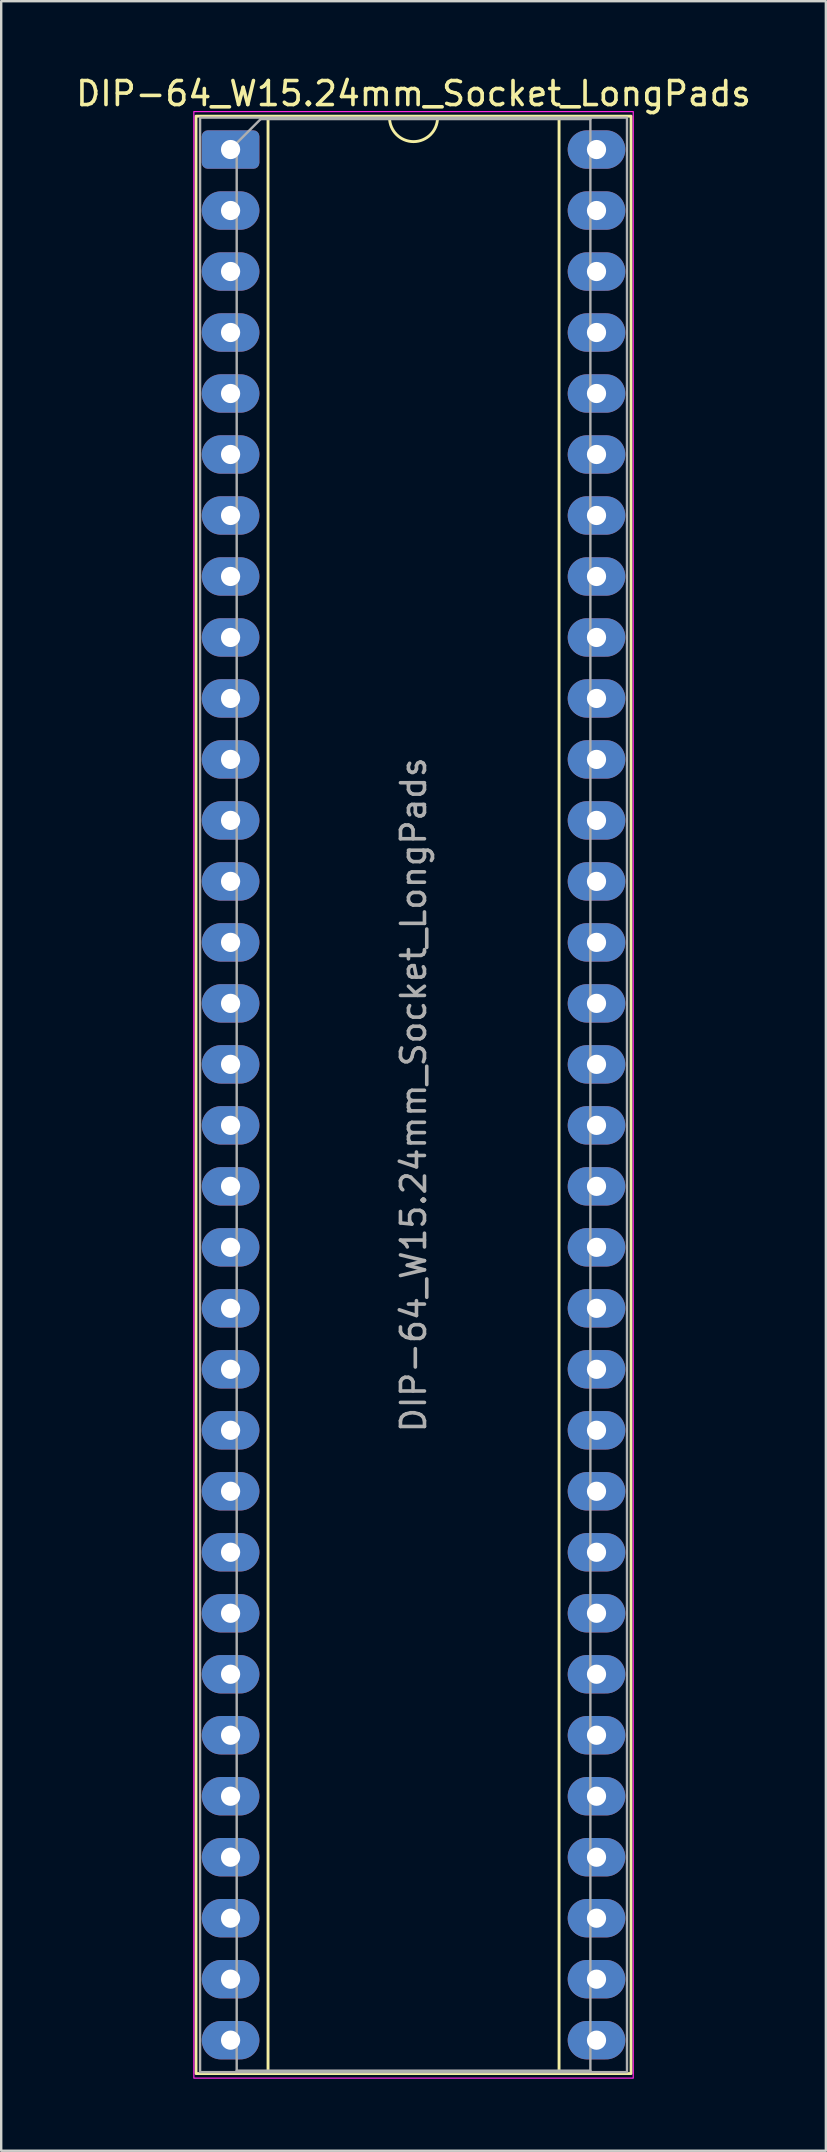
<source format=kicad_pcb>
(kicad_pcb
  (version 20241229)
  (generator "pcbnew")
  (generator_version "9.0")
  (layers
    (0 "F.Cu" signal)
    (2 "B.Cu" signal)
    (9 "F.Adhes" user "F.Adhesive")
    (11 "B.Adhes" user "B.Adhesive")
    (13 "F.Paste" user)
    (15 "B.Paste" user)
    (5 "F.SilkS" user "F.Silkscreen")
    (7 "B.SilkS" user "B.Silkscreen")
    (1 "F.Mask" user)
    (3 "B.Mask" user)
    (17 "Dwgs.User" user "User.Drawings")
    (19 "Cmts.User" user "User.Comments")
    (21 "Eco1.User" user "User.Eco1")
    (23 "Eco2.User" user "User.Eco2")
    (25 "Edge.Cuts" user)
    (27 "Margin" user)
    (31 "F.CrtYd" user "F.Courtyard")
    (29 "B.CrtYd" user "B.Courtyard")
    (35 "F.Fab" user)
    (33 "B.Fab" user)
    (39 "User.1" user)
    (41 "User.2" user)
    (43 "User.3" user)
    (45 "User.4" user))
  (footprint "DIP-64_W15.24mm_Socket_LongPads"
    (layer "F.Cu")
    (at 6.553 3.178)
    (property "Reference" "DIP-64_W15.24mm_Socket_LongPads" (at 7.62 -2.33 0) (layer "F.SilkS") (effects (font (size 1 1) (thickness 0.15))))
    (attr through_hole)
    (fp_line (start 1.56 -1.33) (end 1.56 80.07) (stroke (width 0.12) (type solid)) (layer "F.SilkS"))
    (fp_line (start 1.56 80.07) (end 13.68 80.07) (stroke (width 0.12) (type solid)) (layer "F.SilkS"))
    (fp_line (start 6.62 -1.33) (end 1.56 -1.33) (stroke (width 0.12) (type solid)) (layer "F.SilkS"))
    (fp_line (start 13.68 -1.33) (end 8.62 -1.33) (stroke (width 0.12) (type solid)) (layer "F.SilkS"))
    (fp_line (start 13.68 80.07) (end 13.68 -1.33) (stroke (width 0.12) (type solid)) (layer "F.SilkS"))
    (fp_rect (start -1.44 -1.39) (end 16.68 80.13) (stroke (width 0.12) (type solid)) (fill no) (layer "F.SilkS"))
    (fp_arc (start 8.62 -1.33) (mid 7.62 -0.33) (end 6.62 -1.33) (stroke (width 0.12) (type solid)) (layer "F.SilkS"))
    (fp_rect (start -1.53 -1.58) (end 16.77 80.32) (stroke (width 0.05) (type solid)) (fill no) (layer "F.CrtYd"))
    (fp_line (start 0.255 -0.27) (end 1.255 -1.27) (stroke (width 0.1) (type solid)) (layer "F.Fab"))
    (fp_line (start 0.255 80.01) (end 0.255 -0.27) (stroke (width 0.1) (type solid)) (layer "F.Fab"))
    (fp_line (start 1.255 -1.27) (end 14.985 -1.27) (stroke (width 0.1) (type solid)) (layer "F.Fab"))
    (fp_line (start 14.985 -1.27) (end 14.985 80.01) (stroke (width 0.1) (type solid)) (layer "F.Fab"))
    (fp_line (start 14.985 80.01) (end 0.255 80.01) (stroke (width 0.1) (type solid)) (layer "F.Fab"))
    (fp_rect (start -1.27 -1.33) (end 16.51 80.07) (stroke (width 0.1) (type solid)) (fill no) (layer "F.Fab"))
    (fp_text user "${REFERENCE}" (at 7.62 39.37 90) (layer "F.Fab") (effects (font (size 1 1) (thickness 0.15))))
    (pad "1" thru_hole roundrect (at 0 0) (size 2.4 1.6) (drill 0.8) (layers "*.Cu" "*.Mask") (roundrect_rratio 0.156))
    (pad "2" thru_hole oval (at 0 2.54) (size 2.4 1.6) (drill 0.8) (layers "*.Cu" "*.Mask"))
    (pad "3" thru_hole oval (at 0 5.08) (size 2.4 1.6) (drill 0.8) (layers "*.Cu" "*.Mask"))
    (pad "4" thru_hole oval (at 0 7.62) (size 2.4 1.6) (drill 0.8) (layers "*.Cu" "*.Mask"))
    (pad "5" thru_hole oval (at 0 10.16) (size 2.4 1.6) (drill 0.8) (layers "*.Cu" "*.Mask"))
    (pad "6" thru_hole oval (at 0 12.7) (size 2.4 1.6) (drill 0.8) (layers "*.Cu" "*.Mask"))
    (pad "7" thru_hole oval (at 0 15.24) (size 2.4 1.6) (drill 0.8) (layers "*.Cu" "*.Mask"))
    (pad "8" thru_hole oval (at 0 17.78) (size 2.4 1.6) (drill 0.8) (layers "*.Cu" "*.Mask"))
    (pad "9" thru_hole oval (at 0 20.32) (size 2.4 1.6) (drill 0.8) (layers "*.Cu" "*.Mask"))
    (pad "10" thru_hole oval (at 0 22.86) (size 2.4 1.6) (drill 0.8) (layers "*.Cu" "*.Mask"))
    (pad "11" thru_hole oval (at 0 25.4) (size 2.4 1.6) (drill 0.8) (layers "*.Cu" "*.Mask"))
    (pad "12" thru_hole oval (at 0 27.94) (size 2.4 1.6) (drill 0.8) (layers "*.Cu" "*.Mask"))
    (pad "13" thru_hole oval (at 0 30.48) (size 2.4 1.6) (drill 0.8) (layers "*.Cu" "*.Mask"))
    (pad "14" thru_hole oval (at 0 33.02) (size 2.4 1.6) (drill 0.8) (layers "*.Cu" "*.Mask"))
    (pad "15" thru_hole oval (at 0 35.56) (size 2.4 1.6) (drill 0.8) (layers "*.Cu" "*.Mask"))
    (pad "16" thru_hole oval (at 0 38.1) (size 2.4 1.6) (drill 0.8) (layers "*.Cu" "*.Mask"))
    (pad "17" thru_hole oval (at 0 40.64) (size 2.4 1.6) (drill 0.8) (layers "*.Cu" "*.Mask"))
    (pad "18" thru_hole oval (at 0 43.18) (size 2.4 1.6) (drill 0.8) (layers "*.Cu" "*.Mask"))
    (pad "19" thru_hole oval (at 0 45.72) (size 2.4 1.6) (drill 0.8) (layers "*.Cu" "*.Mask"))
    (pad "20" thru_hole oval (at 0 48.26) (size 2.4 1.6) (drill 0.8) (layers "*.Cu" "*.Mask"))
    (pad "21" thru_hole oval (at 0 50.8) (size 2.4 1.6) (drill 0.8) (layers "*.Cu" "*.Mask"))
    (pad "22" thru_hole oval (at 0 53.34) (size 2.4 1.6) (drill 0.8) (layers "*.Cu" "*.Mask"))
    (pad "23" thru_hole oval (at 0 55.88) (size 2.4 1.6) (drill 0.8) (layers "*.Cu" "*.Mask"))
    (pad "24" thru_hole oval (at 0 58.42) (size 2.4 1.6) (drill 0.8) (layers "*.Cu" "*.Mask"))
    (pad "25" thru_hole oval (at 0 60.96) (size 2.4 1.6) (drill 0.8) (layers "*.Cu" "*.Mask"))
    (pad "26" thru_hole oval (at 0 63.5) (size 2.4 1.6) (drill 0.8) (layers "*.Cu" "*.Mask"))
    (pad "27" thru_hole oval (at 0 66.04) (size 2.4 1.6) (drill 0.8) (layers "*.Cu" "*.Mask"))
    (pad "28" thru_hole oval (at 0 68.58) (size 2.4 1.6) (drill 0.8) (layers "*.Cu" "*.Mask"))
    (pad "29" thru_hole oval (at 0 71.12) (size 2.4 1.6) (drill 0.8) (layers "*.Cu" "*.Mask"))
    (pad "30" thru_hole oval (at 0 73.66) (size 2.4 1.6) (drill 0.8) (layers "*.Cu" "*.Mask"))
    (pad "31" thru_hole oval (at 0 76.2) (size 2.4 1.6) (drill 0.8) (layers "*.Cu" "*.Mask"))
    (pad "32" thru_hole oval (at 0 78.74) (size 2.4 1.6) (drill 0.8) (layers "*.Cu" "*.Mask"))
    (pad "33" thru_hole oval (at 15.24 78.74) (size 2.4 1.6) (drill 0.8) (layers "*.Cu" "*.Mask"))
    (pad "34" thru_hole oval (at 15.24 76.2) (size 2.4 1.6) (drill 0.8) (layers "*.Cu" "*.Mask"))
    (pad "35" thru_hole oval (at 15.24 73.66) (size 2.4 1.6) (drill 0.8) (layers "*.Cu" "*.Mask"))
    (pad "36" thru_hole oval (at 15.24 71.12) (size 2.4 1.6) (drill 0.8) (layers "*.Cu" "*.Mask"))
    (pad "37" thru_hole oval (at 15.24 68.58) (size 2.4 1.6) (drill 0.8) (layers "*.Cu" "*.Mask"))
    (pad "38" thru_hole oval (at 15.24 66.04) (size 2.4 1.6) (drill 0.8) (layers "*.Cu" "*.Mask"))
    (pad "39" thru_hole oval (at 15.24 63.5) (size 2.4 1.6) (drill 0.8) (layers "*.Cu" "*.Mask"))
    (pad "40" thru_hole oval (at 15.24 60.96) (size 2.4 1.6) (drill 0.8) (layers "*.Cu" "*.Mask"))
    (pad "41" thru_hole oval (at 15.24 58.42) (size 2.4 1.6) (drill 0.8) (layers "*.Cu" "*.Mask"))
    (pad "42" thru_hole oval (at 15.24 55.88) (size 2.4 1.6) (drill 0.8) (layers "*.Cu" "*.Mask"))
    (pad "43" thru_hole oval (at 15.24 53.34) (size 2.4 1.6) (drill 0.8) (layers "*.Cu" "*.Mask"))
    (pad "44" thru_hole oval (at 15.24 50.8) (size 2.4 1.6) (drill 0.8) (layers "*.Cu" "*.Mask"))
    (pad "45" thru_hole oval (at 15.24 48.26) (size 2.4 1.6) (drill 0.8) (layers "*.Cu" "*.Mask"))
    (pad "46" thru_hole oval (at 15.24 45.72) (size 2.4 1.6) (drill 0.8) (layers "*.Cu" "*.Mask"))
    (pad "47" thru_hole oval (at 15.24 43.18) (size 2.4 1.6) (drill 0.8) (layers "*.Cu" "*.Mask"))
    (pad "48" thru_hole oval (at 15.24 40.64) (size 2.4 1.6) (drill 0.8) (layers "*.Cu" "*.Mask"))
    (pad "49" thru_hole oval (at 15.24 38.1) (size 2.4 1.6) (drill 0.8) (layers "*.Cu" "*.Mask"))
    (pad "50" thru_hole oval (at 15.24 35.56) (size 2.4 1.6) (drill 0.8) (layers "*.Cu" "*.Mask"))
    (pad "51" thru_hole oval (at 15.24 33.02) (size 2.4 1.6) (drill 0.8) (layers "*.Cu" "*.Mask"))
    (pad "52" thru_hole oval (at 15.24 30.48) (size 2.4 1.6) (drill 0.8) (layers "*.Cu" "*.Mask"))
    (pad "53" thru_hole oval (at 15.24 27.94) (size 2.4 1.6) (drill 0.8) (layers "*.Cu" "*.Mask"))
    (pad "54" thru_hole oval (at 15.24 25.4) (size 2.4 1.6) (drill 0.8) (layers "*.Cu" "*.Mask"))
    (pad "55" thru_hole oval (at 15.24 22.86) (size 2.4 1.6) (drill 0.8) (layers "*.Cu" "*.Mask"))
    (pad "56" thru_hole oval (at 15.24 20.32) (size 2.4 1.6) (drill 0.8) (layers "*.Cu" "*.Mask"))
    (pad "57" thru_hole oval (at 15.24 17.78) (size 2.4 1.6) (drill 0.8) (layers "*.Cu" "*.Mask"))
    (pad "58" thru_hole oval (at 15.24 15.24) (size 2.4 1.6) (drill 0.8) (layers "*.Cu" "*.Mask"))
    (pad "59" thru_hole oval (at 15.24 12.7) (size 2.4 1.6) (drill 0.8) (layers "*.Cu" "*.Mask"))
    (pad "60" thru_hole oval (at 15.24 10.16) (size 2.4 1.6) (drill 0.8) (layers "*.Cu" "*.Mask"))
    (pad "61" thru_hole oval (at 15.24 7.62) (size 2.4 1.6) (drill 0.8) (layers "*.Cu" "*.Mask"))
    (pad "62" thru_hole oval (at 15.24 5.08) (size 2.4 1.6) (drill 0.8) (layers "*.Cu" "*.Mask"))
    (pad "63" thru_hole oval (at 15.24 2.54) (size 2.4 1.6) (drill 0.8) (layers "*.Cu" "*.Mask"))
    (pad "64" thru_hole oval (at 15.24 0) (size 2.4 1.6) (drill 0.8) (layers "*.Cu" "*.Mask")))
  (gr_rect
    (start -3 -3)
    (end 31.345 86.523)
    (stroke (width 0.1) (type default))
    (fill no)
    (layer "Edge.Cuts")))
</source>
